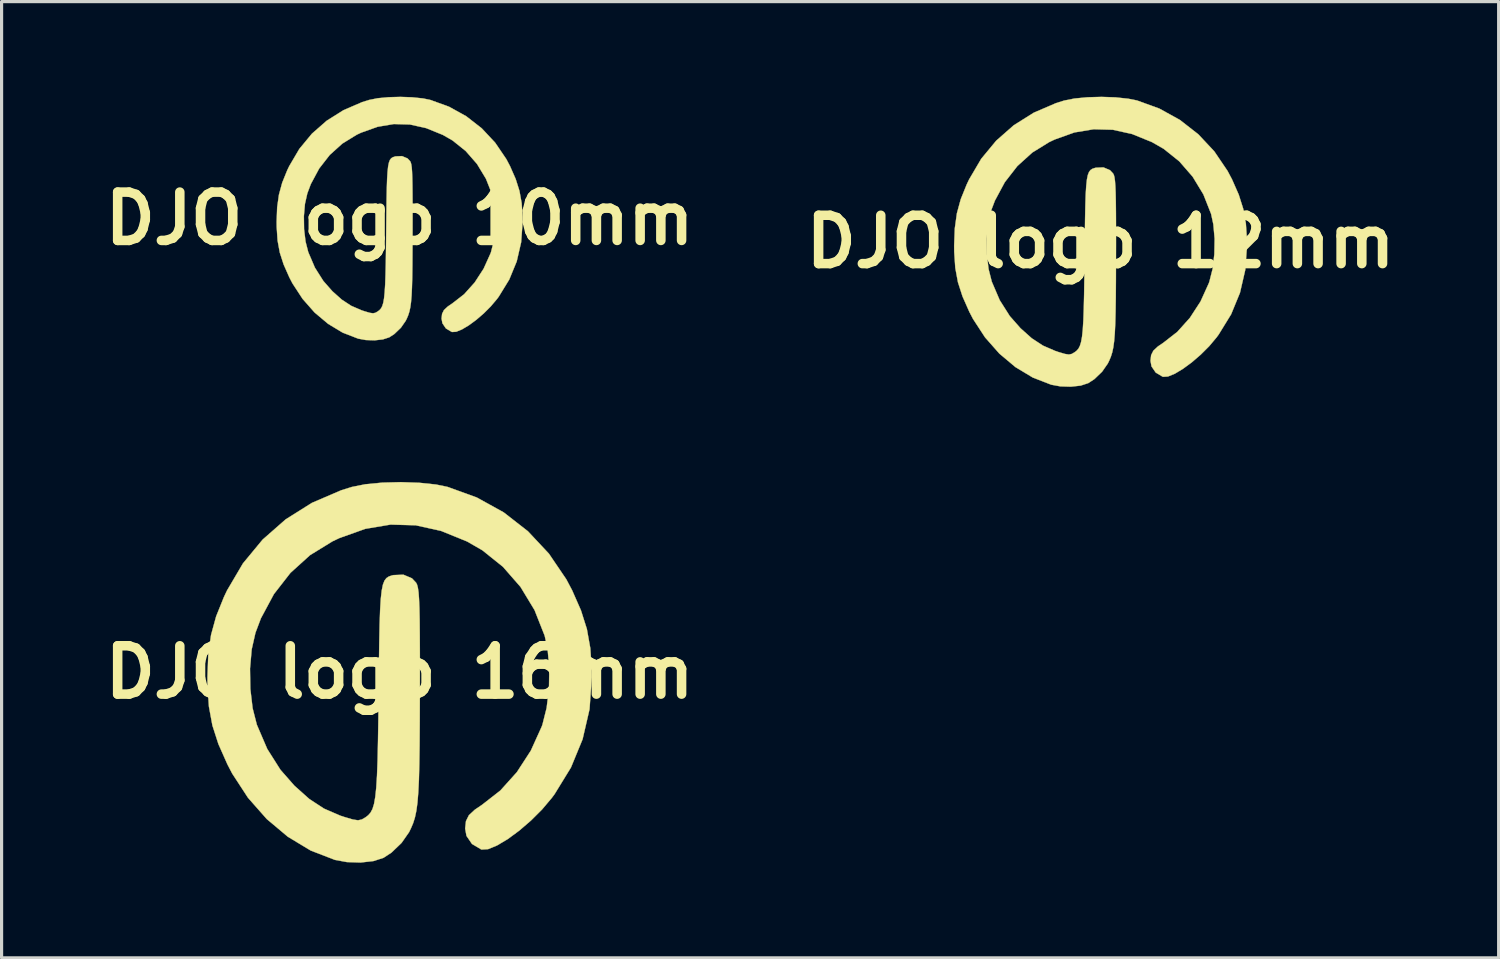
<source format=kicad_pcb>
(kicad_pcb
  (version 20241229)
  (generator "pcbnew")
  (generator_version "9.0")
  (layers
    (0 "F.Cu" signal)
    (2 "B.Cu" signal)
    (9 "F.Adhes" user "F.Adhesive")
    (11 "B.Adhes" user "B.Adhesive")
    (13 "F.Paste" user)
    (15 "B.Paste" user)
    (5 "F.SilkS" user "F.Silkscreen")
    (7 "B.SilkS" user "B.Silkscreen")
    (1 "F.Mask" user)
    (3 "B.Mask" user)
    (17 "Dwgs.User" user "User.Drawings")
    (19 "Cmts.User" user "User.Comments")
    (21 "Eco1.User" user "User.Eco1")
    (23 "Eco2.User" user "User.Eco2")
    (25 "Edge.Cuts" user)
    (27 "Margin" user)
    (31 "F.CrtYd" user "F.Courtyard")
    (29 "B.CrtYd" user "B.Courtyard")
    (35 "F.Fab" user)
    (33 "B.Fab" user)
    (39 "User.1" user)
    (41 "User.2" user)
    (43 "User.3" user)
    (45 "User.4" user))
  (footprint "DJO logo 12mm"
    (layer "F.Cu")
    (at 31.651 4.572)
    (property "Reference" "DJO logo 12mm" (at 0 0 0) (layer "F.SilkS") (effects (font (size 1.524 1.524) (thickness 0.3))))
    (attr through_hole)
    (fp_poly (pts (xy 0.474 -4.552) (xy 0.875 -4.509) (xy 1.149 -4.454) (xy 1.852 -4.199) (xy 2.5 -3.841) (xy 3.081 -3.388) (xy 3.586 -2.849) (xy 4.004 -2.232) (xy 4.145 -1.965) (xy 4.356 -1.486) (xy 4.498 -1.038) (xy 4.581 -0.578) (xy 4.615 -0.061) (xy 4.617 0.121) (xy 4.562 0.887) (xy 4.395 1.609) (xy 4.116 2.288) (xy 3.722 2.928) (xy 3.657 3.016) (xy 3.423 3.295) (xy 3.155 3.562) (xy 2.874 3.804) (xy 2.596 4.008) (xy 2.341 4.161) (xy 2.125 4.249) (xy 1.968 4.259) (xy 1.959 4.256) (xy 1.739 4.125) (xy 1.606 3.93) (xy 1.574 3.754) (xy 1.594 3.575) (xy 1.664 3.435) (xy 1.807 3.302) (xy 1.979 3.185) (xy 2.42 2.841) (xy 2.816 2.4) (xy 3.152 1.883) (xy 3.412 1.31) (xy 3.43 1.26) (xy 3.532 0.857) (xy 3.587 0.391) (xy 3.596 -0.094) (xy 3.555 -0.552) (xy 3.485 -0.877) (xy 3.241 -1.494) (xy 2.903 -2.051) (xy 2.483 -2.534) (xy 1.989 -2.93) (xy 1.619 -3.142) (xy 0.995 -3.396) (xy 0.385 -3.531) (xy -0.218 -3.547) (xy -0.825 -3.446) (xy -1.443 -3.225) (xy -1.616 -3.144) (xy -2.152 -2.813) (xy -2.623 -2.387) (xy -3.02 -1.877) (xy -3.332 -1.297) (xy -3.464 -0.948) (xy -3.554 -0.551) (xy -3.594 -0.088) (xy -3.586 0.398) (xy -3.531 0.864) (xy -3.43 1.26) (xy -3.18 1.843) (xy -2.863 2.343) (xy -2.526 2.726) (xy -2.17 3.044) (xy -1.817 3.275) (xy -1.427 3.444) (xy -1.32 3.48) (xy -1.122 3.538) (xy -0.999 3.556) (xy -0.908 3.537) (xy -0.824 3.488) (xy -0.756 3.437) (xy -0.699 3.373) (xy -0.653 3.285) (xy -0.615 3.163) (xy -0.585 2.996) (xy -0.561 2.772) (xy -0.543 2.482) (xy -0.53 2.113) (xy -0.519 1.656) (xy -0.511 1.1) (xy -0.503 0.454) (xy -0.497 -0.189) (xy -0.489 -0.72) (xy -0.48 -1.153) (xy -0.469 -1.497) (xy -0.452 -1.763) (xy -0.431 -1.961) (xy -0.402 -2.104) (xy -0.364 -2.2) (xy -0.317 -2.262) (xy -0.259 -2.3) (xy -0.188 -2.324) (xy -0.15 -2.334) (xy 0.091 -2.344) (xy 0.296 -2.257) (xy 0.396 -2.151) (xy 0.42 -2.103) (xy 0.439 -2.029) (xy 0.454 -1.919) (xy 0.466 -1.762) (xy 0.475 -1.546) (xy 0.481 -1.261) (xy 0.485 -0.894) (xy 0.487 -0.436) (xy 0.487 0.125) (xy 0.486 0.525) (xy 0.484 1.192) (xy 0.48 1.749) (xy 0.473 2.21) (xy 0.463 2.587) (xy 0.448 2.891) (xy 0.428 3.135) (xy 0.401 3.331) (xy 0.367 3.49) (xy 0.324 3.626) (xy 0.272 3.749) (xy 0.227 3.841) (xy 0.047 4.099) (xy -0.196 4.332) (xy -0.387 4.457) (xy -0.628 4.536) (xy -0.937 4.57) (xy -1.267 4.56) (xy -1.556 4.507) (xy -2.135 4.283) (xy -2.685 3.952) (xy -3.192 3.526) (xy -3.642 3.016) (xy -4.021 2.435) (xy -4.138 2.21) (xy -4.353 1.724) (xy -4.497 1.278) (xy -4.581 0.825) (xy -4.615 0.318) (xy -4.617 0.121) (xy -4.596 -0.423) (xy -4.53 -0.897) (xy -4.408 -1.343) (xy -4.22 -1.808) (xy -4.145 -1.965) (xy -3.763 -2.615) (xy -3.291 -3.186) (xy -2.737 -3.673) (xy -2.106 -4.069) (xy -1.407 -4.37) (xy -1.149 -4.451) (xy -0.821 -4.516) (xy -0.414 -4.555) (xy 0.031 -4.567) (xy 0.474 -4.552)) (stroke (width 0.01) (type solid)) (fill yes) (layer "F.SilkS")))
  (footprint "DJO logo 16mm"
    (layer "F.Cu")
    (at 9.55 18.146)
    (property "Reference" "DJO logo 16mm" (at 0 0 0) (layer "F.SilkS") (effects (font (size 1.524 1.524) (thickness 0.3))))
    (attr through_hole)
    (fp_poly (pts (xy 0.622 -5.974) (xy 1.148 -5.919) (xy 1.508 -5.845) (xy 2.431 -5.511) (xy 3.281 -5.041) (xy 4.044 -4.447) (xy 4.707 -3.739) (xy 5.256 -2.93) (xy 5.441 -2.58) (xy 5.718 -1.95) (xy 5.904 -1.363) (xy 6.012 -0.759) (xy 6.057 -0.08) (xy 6.059 0.159) (xy 5.988 1.165) (xy 5.769 2.112) (xy 5.402 3.003) (xy 4.886 3.843) (xy 4.8 3.959) (xy 4.492 4.325) (xy 4.141 4.675) (xy 3.772 4.993) (xy 3.408 5.261) (xy 3.072 5.461) (xy 2.79 5.577) (xy 2.584 5.59) (xy 2.571 5.586) (xy 2.282 5.414) (xy 2.108 5.159) (xy 2.066 4.927) (xy 2.092 4.693) (xy 2.184 4.508) (xy 2.371 4.334) (xy 2.598 4.18) (xy 3.176 3.729) (xy 3.696 3.151) (xy 4.137 2.472) (xy 4.478 1.719) (xy 4.502 1.654) (xy 4.635 1.125) (xy 4.709 0.513) (xy 4.719 -0.124) (xy 4.666 -0.725) (xy 4.574 -1.151) (xy 4.254 -1.961) (xy 3.811 -2.692) (xy 3.258 -3.325) (xy 2.61 -3.845) (xy 2.125 -4.124) (xy 1.306 -4.457) (xy 0.506 -4.634) (xy -0.286 -4.656) (xy -1.082 -4.522) (xy -1.894 -4.233) (xy -2.12 -4.126) (xy -2.824 -3.693) (xy -3.443 -3.133) (xy -3.964 -2.464) (xy -4.373 -1.702) (xy -4.546 -1.244) (xy -4.664 -0.723) (xy -4.717 -0.115) (xy -4.707 0.523) (xy -4.635 1.134) (xy -4.502 1.654) (xy -4.174 2.418) (xy -3.758 3.075) (xy -3.316 3.578) (xy -2.848 3.996) (xy -2.385 4.299) (xy -1.873 4.521) (xy -1.732 4.567) (xy -1.473 4.643) (xy -1.311 4.668) (xy -1.192 4.642) (xy -1.081 4.578) (xy -0.992 4.51) (xy -0.918 4.427) (xy -0.856 4.312) (xy -0.807 4.152) (xy -0.768 3.932) (xy -0.737 3.639) (xy -0.713 3.257) (xy -0.695 2.774) (xy -0.682 2.174) (xy -0.67 1.443) (xy -0.661 0.595) (xy -0.652 -0.247) (xy -0.642 -0.946) (xy -0.631 -1.513) (xy -0.615 -1.965) (xy -0.594 -2.314) (xy -0.565 -2.574) (xy -0.527 -2.761) (xy -0.478 -2.888) (xy -0.416 -2.969) (xy -0.34 -3.019) (xy -0.247 -3.051) (xy -0.197 -3.063) (xy 0.119 -3.076) (xy 0.389 -2.962) (xy 0.52 -2.823) (xy 0.551 -2.76) (xy 0.576 -2.663) (xy 0.597 -2.519) (xy 0.612 -2.312) (xy 0.624 -2.029) (xy 0.632 -1.655) (xy 0.636 -1.174) (xy 0.639 -0.573) (xy 0.639 0.164) (xy 0.638 0.689) (xy 0.635 1.564) (xy 0.63 2.296) (xy 0.621 2.901) (xy 0.608 3.396) (xy 0.588 3.795) (xy 0.562 4.115) (xy 0.527 4.371) (xy 0.482 4.581) (xy 0.426 4.759) (xy 0.357 4.921) (xy 0.298 5.042) (xy 0.061 5.381) (xy -0.257 5.686) (xy -0.507 5.85) (xy -0.824 5.953) (xy -1.23 5.999) (xy -1.663 5.985) (xy -2.043 5.915) (xy -2.802 5.622) (xy -3.524 5.187) (xy -4.189 4.628) (xy -4.78 3.958) (xy -5.278 3.195) (xy -5.431 2.901) (xy -5.714 2.263) (xy -5.903 1.677) (xy -6.013 1.082) (xy -6.057 0.418) (xy -6.059 0.159) (xy -6.033 -0.556) (xy -5.946 -1.177) (xy -5.785 -1.763) (xy -5.539 -2.373) (xy -5.441 -2.58) (xy -4.939 -3.433) (xy -4.32 -4.182) (xy -3.592 -4.821) (xy -2.765 -5.341) (xy -1.846 -5.736) (xy -1.508 -5.842) (xy -1.077 -5.928) (xy -0.543 -5.979) (xy 0.04 -5.994) (xy 0.622 -5.974)) (stroke (width 0.01) (type solid)) (fill yes) (layer "F.SilkS")))
  (footprint "DJO logo 10mm"
    (layer "F.Cu")
    (at 9.55 3.841)
    (property "Reference" "DJO logo 10mm" (at 0 0 0) (layer "F.SilkS") (effects (font (size 1.524 1.524) (thickness 0.3))))
    (attr through_hole)
    (fp_poly (pts (xy 0.398 -3.823) (xy 0.735 -3.788) (xy 0.965 -3.741) (xy 1.556 -3.527) (xy 2.1 -3.226) (xy 2.588 -2.846) (xy 3.012 -2.393) (xy 3.364 -1.875) (xy 3.482 -1.651) (xy 3.659 -1.248) (xy 3.778 -0.872) (xy 3.848 -0.486) (xy 3.876 -0.051) (xy 3.878 0.102) (xy 3.832 0.745) (xy 3.692 1.351) (xy 3.457 1.922) (xy 3.127 2.46) (xy 3.072 2.534) (xy 2.875 2.768) (xy 2.651 2.992) (xy 2.414 3.196) (xy 2.181 3.367) (xy 1.966 3.495) (xy 1.785 3.569) (xy 1.653 3.577) (xy 1.645 3.575) (xy 1.46 3.465) (xy 1.349 3.301) (xy 1.322 3.153) (xy 1.339 3.003) (xy 1.398 2.885) (xy 1.517 2.774) (xy 1.662 2.675) (xy 2.033 2.387) (xy 2.366 2.016) (xy 2.648 1.582) (xy 2.866 1.1) (xy 2.881 1.058) (xy 2.967 0.72) (xy 3.013 0.328) (xy 3.02 -0.079) (xy 2.987 -0.464) (xy 2.927 -0.737) (xy 2.722 -1.255) (xy 2.439 -1.723) (xy 2.085 -2.128) (xy 1.67 -2.461) (xy 1.36 -2.639) (xy 0.836 -2.852) (xy 0.324 -2.966) (xy -0.183 -2.98) (xy -0.693 -2.894) (xy -1.212 -2.709) (xy -1.357 -2.641) (xy -1.807 -2.363) (xy -2.204 -2.005) (xy -2.537 -1.577) (xy -2.799 -1.089) (xy -2.91 -0.796) (xy -2.985 -0.463) (xy -3.019 -0.074) (xy -3.013 0.335) (xy -2.966 0.726) (xy -2.881 1.058) (xy -2.671 1.548) (xy -2.405 1.968) (xy -2.122 2.29) (xy -1.823 2.557) (xy -1.527 2.751) (xy -1.199 2.893) (xy -1.108 2.923) (xy -0.943 2.972) (xy -0.839 2.987) (xy -0.763 2.971) (xy -0.692 2.93) (xy -0.635 2.887) (xy -0.587 2.833) (xy -0.548 2.76) (xy -0.516 2.657) (xy -0.491 2.516) (xy -0.472 2.329) (xy -0.456 2.085) (xy -0.445 1.775) (xy -0.436 1.391) (xy -0.429 0.924) (xy -0.423 0.381) (xy -0.417 -0.158) (xy -0.411 -0.605) (xy -0.404 -0.969) (xy -0.394 -1.257) (xy -0.38 -1.481) (xy -0.362 -1.648) (xy -0.337 -1.767) (xy -0.306 -1.848) (xy -0.266 -1.9) (xy -0.217 -1.932) (xy -0.158 -1.952) (xy -0.126 -1.961) (xy 0.076 -1.969) (xy 0.249 -1.896) (xy 0.333 -1.807) (xy 0.352 -1.766) (xy 0.369 -1.704) (xy 0.382 -1.612) (xy 0.392 -1.48) (xy 0.399 -1.299) (xy 0.404 -1.059) (xy 0.407 -0.751) (xy 0.409 -0.366) (xy 0.409 0.105) (xy 0.408 0.441) (xy 0.406 1.001) (xy 0.403 1.469) (xy 0.398 1.857) (xy 0.389 2.173) (xy 0.377 2.429) (xy 0.36 2.633) (xy 0.337 2.798) (xy 0.308 2.932) (xy 0.272 3.046) (xy 0.229 3.149) (xy 0.19 3.227) (xy 0.039 3.444) (xy -0.165 3.639) (xy -0.325 3.744) (xy -0.527 3.81) (xy -0.787 3.839) (xy -1.065 3.83) (xy -1.307 3.786) (xy -1.794 3.598) (xy -2.255 3.32) (xy -2.681 2.962) (xy -3.059 2.533) (xy -3.378 2.045) (xy -3.476 1.857) (xy -3.657 1.448) (xy -3.778 1.073) (xy -3.848 0.693) (xy -3.876 0.268) (xy -3.878 0.102) (xy -3.861 -0.356) (xy -3.805 -0.753) (xy -3.703 -1.128) (xy -3.545 -1.519) (xy -3.482 -1.651) (xy -3.161 -2.197) (xy -2.765 -2.676) (xy -2.299 -3.085) (xy -1.769 -3.418) (xy -1.182 -3.671) (xy -0.965 -3.739) (xy -0.689 -3.794) (xy -0.348 -3.826) (xy 0.026 -3.836) (xy 0.398 -3.823)) (stroke (width 0.01) (type solid)) (fill yes) (layer "F.SilkS")))
  (gr_rect
    (start -3 -3)
    (end 44.202 27.15)
    (stroke (width 0.1) (type default))
    (fill no)
    (layer "Edge.Cuts")))
</source>
